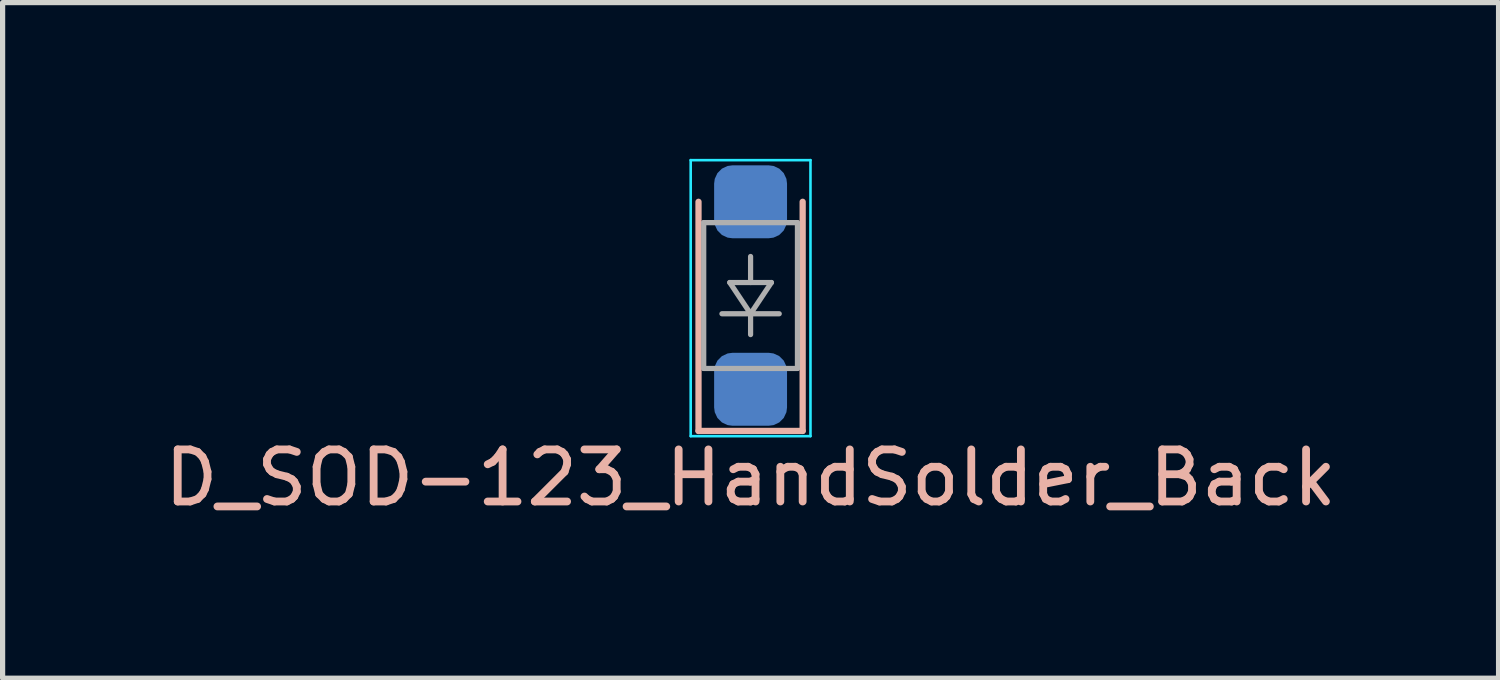
<source format=kicad_pcb>
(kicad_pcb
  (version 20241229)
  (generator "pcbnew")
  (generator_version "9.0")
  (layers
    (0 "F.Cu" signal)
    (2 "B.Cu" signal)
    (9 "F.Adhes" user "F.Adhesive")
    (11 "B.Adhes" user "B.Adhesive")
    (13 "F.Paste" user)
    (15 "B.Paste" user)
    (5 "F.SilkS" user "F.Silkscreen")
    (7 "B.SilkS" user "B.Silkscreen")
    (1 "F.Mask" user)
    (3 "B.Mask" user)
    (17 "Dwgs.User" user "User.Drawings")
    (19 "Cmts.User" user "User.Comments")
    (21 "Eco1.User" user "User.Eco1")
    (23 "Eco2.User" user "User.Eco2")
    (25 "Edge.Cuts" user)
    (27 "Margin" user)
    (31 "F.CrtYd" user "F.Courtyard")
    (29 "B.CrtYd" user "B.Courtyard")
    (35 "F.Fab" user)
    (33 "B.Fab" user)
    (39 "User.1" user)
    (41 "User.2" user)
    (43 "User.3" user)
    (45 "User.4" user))
  (footprint "D_SOD-123_HandSolder_Back"
    (layer "F.Cu")
    (at 11.363 2.625)
    (property "Reference" "D_SOD-123_HandSolder_Back" (at 0 3.5 0) (layer "B.SilkS") (effects (font (size 1 1) (thickness 0.15))))
    (attr smd)
    (fp_line (start -1 2.6) (end -1 -1.8) (stroke (width 0.12) (type solid)) (layer "B.SilkS"))
    (fp_line (start -1 2.6) (end 1 2.6) (stroke (width 0.12) (type solid)) (layer "B.SilkS"))
    (fp_line (start 1 2.6) (end 1 -1.8) (stroke (width 0.12) (type solid)) (layer "B.SilkS"))
    (fp_line (start -1.15 -2.6) (end 1.15 -2.6) (stroke (width 0.05) (type solid)) (layer "B.CrtYd"))
    (fp_line (start -1.15 2.7) (end -1.15 -2.6) (stroke (width 0.05) (type solid)) (layer "B.CrtYd"))
    (fp_line (start -1.15 2.7) (end 1.15 2.7) (stroke (width 0.05) (type solid)) (layer "B.CrtYd"))
    (fp_line (start 1.15 -2.6) (end 1.15 2.7) (stroke (width 0.05) (type solid)) (layer "B.CrtYd"))
    (fp_line (start -0.9 -1.4) (end 0.9 -1.4) (stroke (width 0.1) (type solid)) (layer "F.Fab"))
    (fp_line (start -0.9 1.4) (end -0.9 -1.4) (stroke (width 0.1) (type solid)) (layer "F.Fab"))
    (fp_line (start -0.4 -0.25) (end 0.4 -0.25) (stroke (width 0.1) (type solid)) (layer "F.Fab"))
    (fp_line (start 0 -0.25) (end 0 -0.75) (stroke (width 0.1) (type solid)) (layer "F.Fab"))
    (fp_line (start 0 0.35) (end -0.55 0.35) (stroke (width 0.1) (type solid)) (layer "F.Fab"))
    (fp_line (start 0 0.35) (end -0.4 -0.25) (stroke (width 0.1) (type solid)) (layer "F.Fab"))
    (fp_line (start 0 0.35) (end 0.55 0.35) (stroke (width 0.1) (type solid)) (layer "F.Fab"))
    (fp_line (start 0 0.75) (end 0 0.35) (stroke (width 0.1) (type solid)) (layer "F.Fab"))
    (fp_line (start 0.4 -0.25) (end 0 0.35) (stroke (width 0.1) (type solid)) (layer "F.Fab"))
    (fp_line (start 0.9 -1.4) (end 0.9 1.4) (stroke (width 0.1) (type solid)) (layer "F.Fab"))
    (fp_line (start 0.9 1.4) (end -0.9 1.4) (stroke (width 0.1) (type solid)) (layer "F.Fab"))
    (pad "1" smd roundrect (at 0 1.8 90) (size 1.4 1.4) (layers "B.Cu" "B.Mask" "B.Paste") (roundrect_rratio 0.25))
    (pad "2" smd roundrect (at 0 -1.8 90) (size 1.4 1.4) (layers "B.Cu" "B.Mask" "B.Paste") (roundrect_rratio 0.25)))
  (gr_rect
    (start -3 -3)
    (end 25.726 9.973)
    (stroke (width 0.1) (type default))
    (fill no)
    (layer "Edge.Cuts")))
</source>
